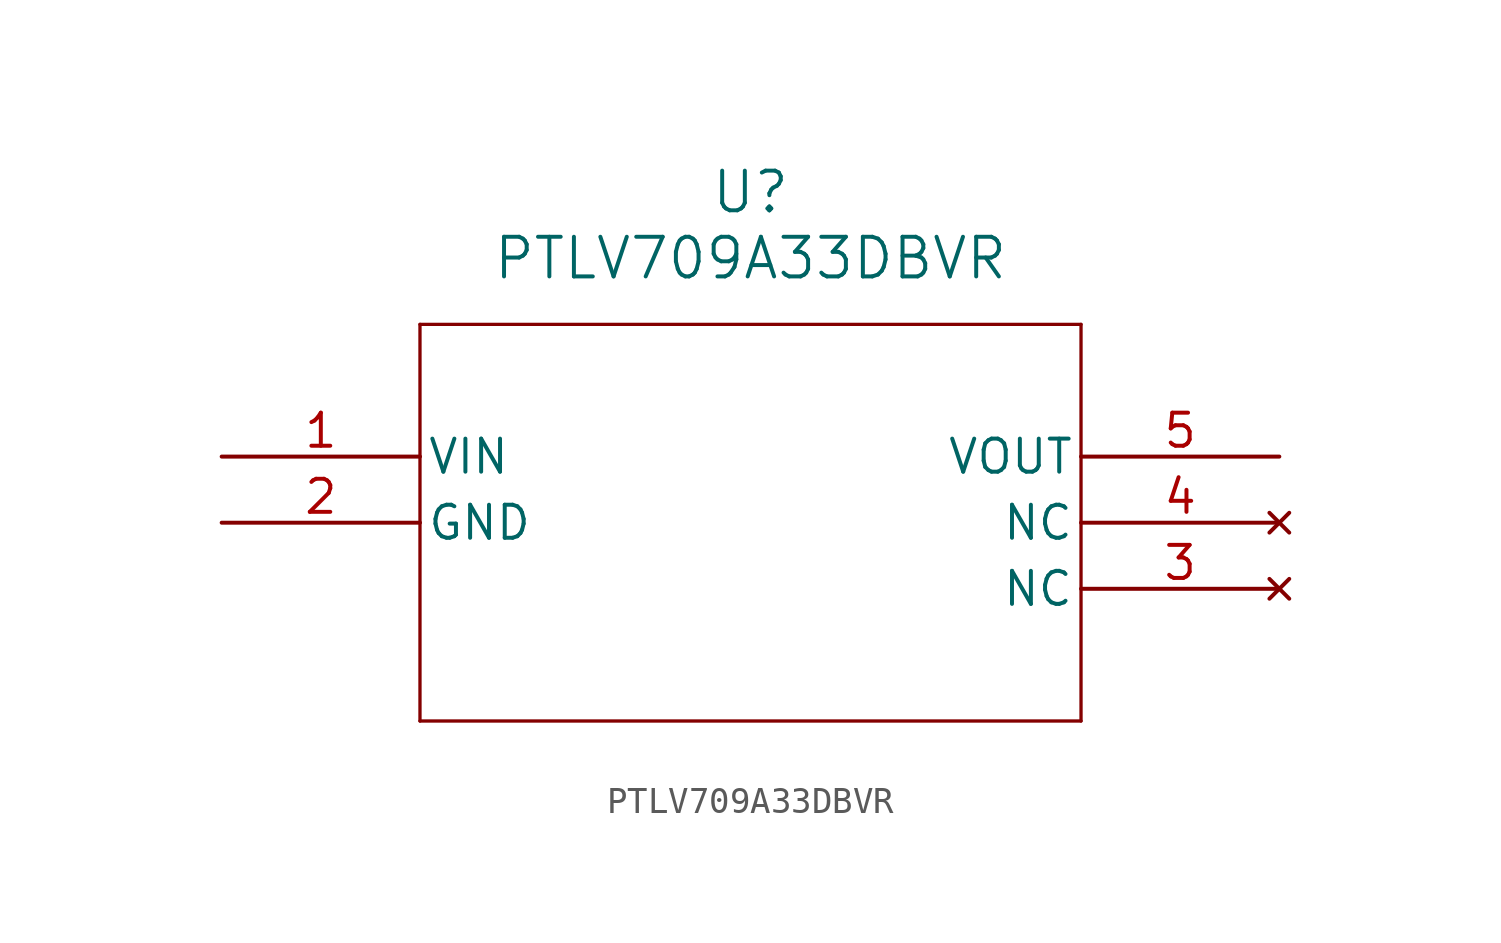
<source format=kicad_sym>
(kicad_symbol_lib
  (version 20231120)
  (generator "kicad_symbol_editor")
  (generator_version "8.0")
  (symbol "PTLV709A33DBVR"
    (pin_names
      (offset 0.254))
    (property "Reference" "U"
      (at 20.32 10.16 0)
      (effects (font (size 1.524 1.524))))
    (property "Value" "PTLV709A33DBVR"
      (at 20.32 7.62 0)
      (effects (font (size 1.524 1.524))))
    (property "ki_locked" ""
      (at 0 0 0)
      (effects (font (size 1.27 1.27))))
    (symbol "PTLV709A33DBVR_0_1"
      (polyline (pts (xy 7.62 -10.16) (xy 33.02 -10.16)) (stroke (width 0.127) (type default)) (fill (type none)))
      (polyline (pts (xy 7.62 5.08) (xy 7.62 -10.16)) (stroke (width 0.127) (type default)) (fill (type none)))
      (polyline (pts (xy 33.02 -10.16) (xy 33.02 5.08)) (stroke (width 0.127) (type default)) (fill (type none)))
      (polyline (pts (xy 33.02 5.08) (xy 7.62 5.08)) (stroke (width 0.127) (type default)) (fill (type none)))
      (pin input line (at 0 0 0) (length 7.62) (name "VIN" (effects (font (size 1.27 1.27)))) (number "1" (effects (font (size 1.27 1.27))))))
    (symbol "PTLV709A33DBVR_1_1"
      (pin power_in line (at 0 -2.54 0) (length 7.62) (name "GND" (effects (font (size 1.27 1.27)))) (number "2" (effects (font (size 1.27 1.27)))))
      (pin no_connect line (at 40.64 -5.08 180) (length 7.62) (name "NC" (effects (font (size 1.27 1.27)))) (number "3" (effects (font (size 1.27 1.27)))))
      (pin no_connect line (at 40.64 -2.54 180) (length 7.62) (name "NC" (effects (font (size 1.27 1.27)))) (number "4" (effects (font (size 1.27 1.27)))))
      (pin power_in line (at 40.64 0 180) (length 7.62) (name "VOUT" (effects (font (size 1.27 1.27)))) (number "5" (effects (font (size 1.27 1.27))))))))
</source>
